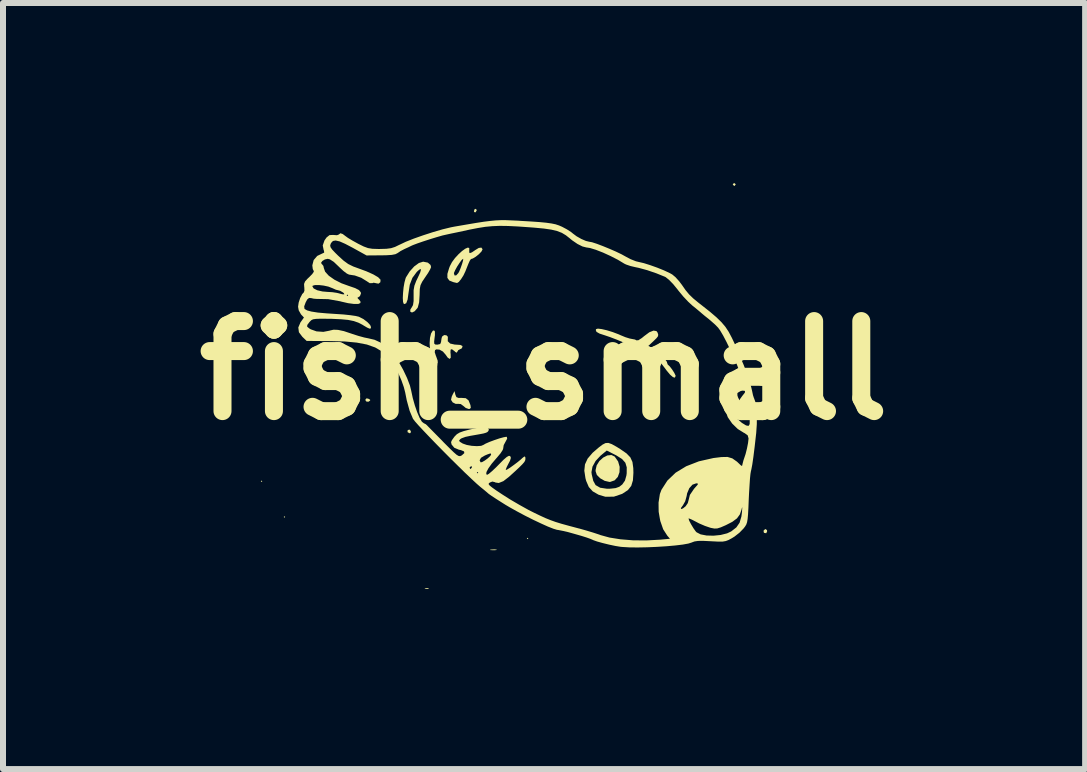
<source format=kicad_pcb>
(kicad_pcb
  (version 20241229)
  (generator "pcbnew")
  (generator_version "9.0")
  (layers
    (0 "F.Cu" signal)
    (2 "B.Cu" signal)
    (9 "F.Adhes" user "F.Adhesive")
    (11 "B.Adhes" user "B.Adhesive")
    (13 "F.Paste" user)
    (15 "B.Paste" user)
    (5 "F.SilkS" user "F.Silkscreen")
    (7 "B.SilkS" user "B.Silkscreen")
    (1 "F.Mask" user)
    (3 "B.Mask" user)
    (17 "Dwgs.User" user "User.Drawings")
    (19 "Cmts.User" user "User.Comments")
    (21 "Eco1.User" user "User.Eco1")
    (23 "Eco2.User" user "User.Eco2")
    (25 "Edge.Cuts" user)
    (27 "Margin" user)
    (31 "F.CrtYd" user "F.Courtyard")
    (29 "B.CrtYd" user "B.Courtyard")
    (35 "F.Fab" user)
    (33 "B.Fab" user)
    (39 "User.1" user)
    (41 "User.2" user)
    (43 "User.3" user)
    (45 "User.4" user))
  (footprint "fish_small"
    (layer "F.Cu")
    (at 6.014 3.121)
    (property "Reference" "fish_small" (at 0 0 0) (layer "F.SilkS") (effects (font (size 1.5 1.5) (thickness 0.3))))
    (attr board_only exclude_from_pos_files exclude_from_bom)
    (fp_poly (pts (xy -4.694 1.847) (xy -4.706 1.859) (xy -4.718 1.847) (xy -4.706 1.835)) (stroke (width 0) (type solid)) (fill yes) (layer "F.SilkS"))
    (fp_poly (pts (xy -4.313 2.442) (xy -4.325 2.454) (xy -4.337 2.442) (xy -4.325 2.43)) (stroke (width 0) (type solid)) (fill yes) (layer "F.SilkS"))
    (fp_poly (pts (xy -0.262 2.8) (xy -0.274 2.812) (xy -0.286 2.8) (xy -0.274 2.788)) (stroke (width 0) (type solid)) (fill yes) (layer "F.SilkS"))
    (fp_poly (pts (xy -1.924 3.63) (xy -1.921 3.639) (xy -1.954 3.642) (xy -1.988 3.638) (xy -1.984 3.63) (xy -1.935 3.627)) (stroke (width 0) (type solid)) (fill yes) (layer "F.SilkS"))
    (fp_poly (pts (xy -1.269 0.867) (xy -1.276 0.878) (xy -1.301 0.88) (xy -1.326 0.874) (xy -1.315 0.865) (xy -1.278 0.862)) (stroke (width 0) (type solid)) (fill yes) (layer "F.SilkS"))
    (fp_poly (pts (xy -2.931 0.47) (xy -2.898 0.488) (xy -2.897 0.503) (xy -2.928 0.523) (xy -2.964 0.517) (xy -2.978 0.491) (xy -2.961 0.467)) (stroke (width 0) (type solid)) (fill yes) (layer "F.SilkS"))
    (fp_poly (pts (xy -2.231 0.993) (xy -2.216 1.026) (xy -2.232 1.048) (xy -2.238 1.048) (xy -2.271 1.031) (xy -2.274 1.026) (xy -2.273 0.998) (xy -2.248 0.986)) (stroke (width 0) (type solid)) (fill yes) (layer "F.SilkS"))
    (fp_poly (pts (xy -1.121 -2.675) (xy -1.12 -2.67) (xy -1.137 -2.638) (xy -1.144 -2.633) (xy -1.164 -2.638) (xy -1.168 -2.655) (xy -1.155 -2.688) (xy -1.144 -2.692)) (stroke (width 0) (type solid)) (fill yes) (layer "F.SilkS"))
    (fp_poly (pts (xy -0.792 2.986) (xy -0.786 2.992) (xy -0.821 2.996) (xy -0.846 2.996) (xy -0.892 2.994) (xy -0.899 2.989) (xy -0.887 2.985) (xy -0.825 2.982)) (stroke (width 0) (type solid)) (fill yes) (layer "F.SilkS"))
    (fp_poly (pts (xy 3.192 -3.103) (xy 3.193 -3.098) (xy 3.175 -3.074) (xy 3.169 -3.074) (xy 3.146 -3.092) (xy 3.145 -3.098) (xy 3.163 -3.121) (xy 3.169 -3.121)) (stroke (width 0) (type solid)) (fill yes) (layer "F.SilkS"))
    (fp_poly (pts (xy 3.715 2.664) (xy 3.717 2.681) (xy 3.702 2.713) (xy 3.67 2.708) (xy 3.662 2.701) (xy 3.657 2.671) (xy 3.681 2.647) (xy 3.695 2.645)) (stroke (width 0) (type solid)) (fill yes) (layer "F.SilkS"))
    (fp_poly (pts (xy 1.177 1.436) (xy 1.234 1.517) (xy 1.26 1.607) (xy 1.257 1.697) (xy 1.229 1.775) (xy 1.176 1.832) (xy 1.102 1.858) (xy 1.088 1.858) (xy 1.01 1.84) (xy 0.935 1.797) (xy 0.88 1.742) (xy 0.86 1.683) (xy 0.859 1.66) (xy 0.877 1.582) (xy 0.922 1.51) (xy 0.985 1.453) (xy 1.055 1.417) (xy 1.123 1.41)) (stroke (width 0) (type solid)) (fill yes) (layer "F.SilkS"))
    (fp_poly (pts (xy -1.477 0.405) (xy -1.46 0.445) (xy -1.425 0.459) (xy -1.378 0.458) (xy -1.304 0.463) (xy -1.258 0.499) (xy -1.228 0.573) (xy -1.226 0.578) (xy -1.22 0.625) (xy -1.239 0.642) (xy -1.255 0.643) (xy -1.304 0.626) (xy -1.342 0.594) (xy -1.387 0.561) (xy -1.421 0.558) (xy -1.472 0.558) (xy -1.522 0.533) (xy -1.548 0.493) (xy -1.549 0.486) (xy -1.538 0.437) (xy -1.52 0.398) (xy -1.492 0.345)) (stroke (width 0) (type solid)) (fill yes) (layer "F.SilkS"))
    (fp_poly (pts (xy -1.937 -1.796) (xy -1.891 -1.757) (xy -1.882 -1.721) (xy -1.896 -1.686) (xy -1.93 -1.626) (xy -1.978 -1.555) (xy -2.029 -1.479) (xy -2.058 -1.42) (xy -2.07 -1.357) (xy -2.073 -1.269) (xy -2.073 -1.258) (xy -2.081 -1.133) (xy -2.103 -1.05) (xy -2.11 -1.038) (xy -2.156 -0.985) (xy -2.2 -0.964) (xy -2.229 -0.979) (xy -2.227 -1.014) (xy -2.206 -1.047) (xy -2.183 -1.088) (xy -2.173 -1.155) (xy -2.173 -1.242) (xy -2.173 -1.335) (xy -2.16 -1.41) (xy -2.13 -1.489) (xy -2.104 -1.543) (xy -2.064 -1.629) (xy -2.05 -1.678) (xy -2.063 -1.689) (xy -2.1 -1.66) (xy -2.122 -1.638) (xy -2.193 -1.542) (xy -2.237 -1.428) (xy -2.258 -1.288) (xy -2.273 -1.18) (xy -2.296 -1.119) (xy -2.327 -1.105) (xy -2.338 -1.11) (xy -2.349 -1.141) (xy -2.353 -1.205) (xy -2.349 -1.29) (xy -2.34 -1.382) (xy -2.325 -1.467) (xy -2.307 -1.533) (xy -2.301 -1.549) (xy -2.238 -1.649) (xy -2.163 -1.732) (xy -2.085 -1.789) (xy -2.015 -1.811) (xy -2.013 -1.811)) (stroke (width 0) (type solid)) (fill yes) (layer "F.SilkS"))
    (fp_poly (pts (xy 1.13 1.229) (xy 1.209 1.273) (xy 1.273 1.313) (xy 1.374 1.383) (xy 1.438 1.449) (xy 1.473 1.526) (xy 1.487 1.628) (xy 1.489 1.706) (xy 1.481 1.832) (xy 1.453 1.924) (xy 1.398 1.994) (xy 1.31 2.052) (xy 1.299 2.058) (xy 1.163 2.104) (xy 1.021 2.105) (xy 0.908 2.071) (xy 0.811 2.015) (xy 0.746 1.943) (xy 0.702 1.841) (xy 0.69 1.796) (xy 0.675 1.696) (xy 0.79 1.696) (xy 0.795 1.735) (xy 0.808 1.789) (xy 0.82 1.84) (xy 0.859 1.911) (xy 0.935 1.955) (xy 1.049 1.972) (xy 1.103 1.971) (xy 1.193 1.961) (xy 1.254 1.939) (xy 1.303 1.901) (xy 1.348 1.837) (xy 1.372 1.752) (xy 1.377 1.716) (xy 1.378 1.615) (xy 1.355 1.539) (xy 1.3 1.477) (xy 1.207 1.418) (xy 1.186 1.407) (xy 1.045 1.335) (xy 0.939 1.423) (xy 0.859 1.509) (xy 0.807 1.604) (xy 0.79 1.696) (xy 0.675 1.696) (xy 0.671 1.672) (xy 0.682 1.566) (xy 0.727 1.469) (xy 0.81 1.372) (xy 0.912 1.284) (xy 0.974 1.237) (xy 1.024 1.211) (xy 1.072 1.208)) (stroke (width 0) (type solid)) (fill yes) (layer "F.SilkS"))
    (fp_poly (pts (xy -1.818 -0.648) (xy -1.818 -0.587) (xy -1.823 -0.548) (xy -1.831 -0.478) (xy -1.828 -0.443) (xy -1.808 -0.43) (xy -1.777 -0.429) (xy -1.73 -0.439) (xy -1.715 -0.475) (xy -1.715 -0.483) (xy -1.706 -0.541) (xy -1.694 -0.569) (xy -1.662 -0.589) (xy -1.625 -0.584) (xy -1.602 -0.56) (xy -1.603 -0.542) (xy -1.604 -0.486) (xy -1.563 -0.447) (xy -1.487 -0.43) (xy -1.465 -0.429) (xy -1.394 -0.424) (xy -1.362 -0.408) (xy -1.358 -0.393) (xy -1.376 -0.362) (xy -1.391 -0.357) (xy -1.428 -0.338) (xy -1.439 -0.32) (xy -1.454 -0.295) (xy -1.477 -0.306) (xy -1.491 -0.32) (xy -1.535 -0.353) (xy -1.557 -0.345) (xy -1.559 -0.293) (xy -1.556 -0.274) (xy -1.554 -0.212) (xy -1.572 -0.191) (xy -1.605 -0.213) (xy -1.639 -0.261) (xy -1.685 -0.314) (xy -1.742 -0.346) (xy -1.794 -0.35) (xy -1.816 -0.338) (xy -1.821 -0.303) (xy -1.801 -0.241) (xy -1.796 -0.23) (xy -1.771 -0.159) (xy -1.773 -0.119) (xy -1.796 -0.116) (xy -1.833 -0.154) (xy -1.854 -0.188) (xy -1.884 -0.263) (xy -1.901 -0.355) (xy -1.906 -0.452) (xy -1.9 -0.542) (xy -1.882 -0.615) (xy -1.855 -0.659) (xy -1.833 -0.667)) (stroke (width 0) (type solid)) (fill yes) (layer "F.SilkS"))
    (fp_poly (pts (xy -1.025 -2.02) (xy -1.025 -2.015) (xy -1.042 -1.981) (xy -1.085 -1.936) (xy -1.139 -1.893) (xy -1.187 -1.864) (xy -1.206 -1.859) (xy -1.22 -1.852) (xy -1.237 -1.828) (xy -1.26 -1.777) (xy -1.294 -1.692) (xy -1.311 -1.649) (xy -1.343 -1.582) (xy -1.383 -1.519) (xy -1.421 -1.473) (xy -1.449 -1.456) (xy -1.449 -1.456) (xy -1.484 -1.464) (xy -1.513 -1.471) (xy -1.578 -1.497) (xy -1.61 -1.541) (xy -1.61 -1.608) (xy -1.608 -1.615) (xy -1.501 -1.615) (xy -1.49 -1.581) (xy -1.462 -1.584) (xy -1.429 -1.62) (xy -1.414 -1.646) (xy -1.389 -1.707) (xy -1.366 -1.772) (xy -1.35 -1.827) (xy -1.346 -1.857) (xy -1.348 -1.859) (xy -1.372 -1.84) (xy -1.407 -1.792) (xy -1.447 -1.731) (xy -1.48 -1.671) (xy -1.5 -1.625) (xy -1.501 -1.615) (xy -1.608 -1.615) (xy -1.581 -1.705) (xy -1.569 -1.736) (xy -1.534 -1.803) (xy -1.484 -1.871) (xy -1.426 -1.934) (xy -1.367 -1.988) (xy -1.313 -2.027) (xy -1.27 -2.046) (xy -1.246 -2.039) (xy -1.246 -2.002) (xy -1.246 -1.964) (xy -1.235 -1.954) (xy -1.201 -1.967) (xy -1.152 -2) (xy -1.15 -2.002) (xy -1.088 -2.04) (xy -1.044 -2.046)) (stroke (width 0) (type solid)) (fill yes) (layer "F.SilkS"))
    (fp_poly (pts (xy 0.962 -0.688) (xy 1.048 -0.668) (xy 1.145 -0.638) (xy 1.243 -0.601) (xy 1.276 -0.586) (xy 1.356 -0.553) (xy 1.427 -0.531) (xy 1.463 -0.524) (xy 1.516 -0.514) (xy 1.539 -0.501) (xy 1.571 -0.502) (xy 1.629 -0.539) (xy 1.668 -0.571) (xy 1.754 -0.635) (xy 1.824 -0.663) (xy 1.873 -0.655) (xy 1.892 -0.629) (xy 1.902 -0.597) (xy 1.899 -0.57) (xy 1.876 -0.539) (xy 1.826 -0.49) (xy 1.805 -0.47) (xy 1.704 -0.376) (xy 1.826 -0.392) (xy 1.911 -0.399) (xy 1.96 -0.384) (xy 1.984 -0.339) (xy 1.994 -0.262) (xy 2.004 -0.205) (xy 2.022 -0.173) (xy 2.024 -0.171) (xy 2.047 -0.143) (xy 2.049 -0.131) (xy 2.061 -0.097) (xy 2.068 -0.091) (xy 2.096 -0.065) (xy 2.134 -0.015) (xy 2.17 0.041) (xy 2.191 0.085) (xy 2.192 0.093) (xy 2.18 0.121) (xy 2.147 0.112) (xy 2.099 0.07) (xy 2.039 -0.002) (xy 2.024 -0.023) (xy 1.943 -0.129) (xy 1.871 -0.198) (xy 1.798 -0.236) (xy 1.715 -0.25) (xy 1.692 -0.25) (xy 1.624 -0.254) (xy 1.592 -0.267) (xy 1.584 -0.295) (xy 1.584 -0.295) (xy 1.567 -0.343) (xy 1.549 -0.36) (xy 1.455 -0.407) (xy 1.338 -0.459) (xy 1.215 -0.511) (xy 1.102 -0.554) (xy 1.02 -0.582) (xy 0.925 -0.613) (xy 0.874 -0.642) (xy 0.862 -0.673) (xy 0.868 -0.688) (xy 0.898 -0.696)) (stroke (width 0) (type solid)) (fill yes) (layer "F.SilkS"))
    (fp_poly (pts (xy -0.636 -2.503) (xy -0.541 -2.499) (xy -0.429 -2.494) (xy -0.405 -2.492) (xy -0.219 -2.481) (xy -0.074 -2.471) (xy 0.038 -2.46) (xy 0.124 -2.448) (xy 0.192 -2.434) (xy 0.249 -2.415) (xy 0.3 -2.393) (xy 0.381 -2.35) (xy 0.452 -2.304) (xy 0.48 -2.281) (xy 0.543 -2.234) (xy 0.621 -2.19) (xy 0.697 -2.157) (xy 0.751 -2.144) (xy 0.8 -2.135) (xy 0.88 -2.109) (xy 0.98 -2.071) (xy 1.09 -2.026) (xy 1.198 -1.979) (xy 1.292 -1.934) (xy 1.355 -1.899) (xy 1.442 -1.853) (xy 1.53 -1.818) (xy 1.585 -1.805) (xy 1.662 -1.787) (xy 1.767 -1.754) (xy 1.885 -1.712) (xy 1.999 -1.666) (xy 2.095 -1.621) (xy 2.136 -1.598) (xy 2.19 -1.553) (xy 2.252 -1.484) (xy 2.296 -1.426) (xy 2.358 -1.337) (xy 2.417 -1.266) (xy 2.486 -1.199) (xy 2.576 -1.125) (xy 2.621 -1.09) (xy 2.763 -0.978) (xy 2.872 -0.885) (xy 2.956 -0.803) (xy 3.022 -0.725) (xy 3.076 -0.643) (xy 3.126 -0.549) (xy 3.13 -0.541) (xy 3.17 -0.457) (xy 3.2 -0.391) (xy 3.216 -0.354) (xy 3.217 -0.349) (xy 3.226 -0.321) (xy 3.25 -0.265) (xy 3.275 -0.209) (xy 3.327 -0.089) (xy 3.378 0.046) (xy 3.423 0.178) (xy 3.455 0.292) (xy 3.467 0.345) (xy 3.481 0.412) (xy 3.496 0.458) (xy 3.499 0.464) (xy 3.522 0.528) (xy 3.538 0.627) (xy 3.546 0.754) (xy 3.545 0.896) (xy 3.535 1.043) (xy 3.533 1.06) (xy 3.509 1.273) (xy 3.488 1.441) (xy 3.47 1.566) (xy 3.454 1.65) (xy 3.446 1.684) (xy 3.439 1.725) (xy 3.431 1.804) (xy 3.424 1.912) (xy 3.416 2.041) (xy 3.411 2.142) (xy 3.405 2.289) (xy 3.399 2.397) (xy 3.392 2.474) (xy 3.383 2.528) (xy 3.37 2.567) (xy 3.351 2.599) (xy 3.326 2.632) (xy 3.321 2.637) (xy 3.256 2.704) (xy 3.173 2.769) (xy 3.131 2.795) (xy 3.076 2.825) (xy 3.029 2.843) (xy 2.978 2.852) (xy 2.909 2.853) (xy 2.81 2.848) (xy 2.771 2.846) (xy 2.65 2.84) (xy 2.566 2.841) (xy 2.507 2.85) (xy 2.463 2.866) (xy 2.462 2.867) (xy 2.405 2.885) (xy 2.311 2.902) (xy 2.186 2.917) (xy 2.04 2.93) (xy 1.882 2.94) (xy 1.722 2.947) (xy 1.567 2.95) (xy 1.426 2.949) (xy 1.31 2.942) (xy 1.275 2.939) (xy 1.189 2.925) (xy 1.085 2.903) (xy 0.979 2.877) (xy 0.885 2.851) (xy 0.82 2.828) (xy 0.81 2.823) (xy 0.77 2.806) (xy 0.711 2.785) (xy 0.626 2.758) (xy 0.507 2.724) (xy 0.393 2.692) (xy 0.323 2.676) (xy 0.237 2.659) (xy 0.215 2.656) (xy 0.156 2.638) (xy 0.064 2.602) (xy -0.051 2.55) (xy -0.182 2.488) (xy -0.319 2.419) (xy -0.454 2.347) (xy -0.572 2.281) (xy -0.643 2.239) (xy -0.724 2.188) (xy -0.804 2.137) (xy -0.872 2.092) (xy -0.918 2.06) (xy -0.929 2.051) (xy -0.953 2.03) (xy -1.002 1.989) (xy -1.06 1.942) (xy -1.12 1.89) (xy -1.203 1.813) (xy -1.305 1.716) (xy -1.318 1.704) (xy -1.12 1.704) (xy -1.108 1.716) (xy -1.096 1.704) (xy -1.108 1.692) (xy -1.12 1.704) (xy -1.318 1.704) (xy -1.403 1.62) (xy -1.239 1.62) (xy -1.231 1.643) (xy -1.229 1.644) (xy -1.208 1.627) (xy -1.203 1.62) (xy -1.205 1.598) (xy -1.214 1.596) (xy -1.238 1.614) (xy -1.239 1.62) (xy -1.403 1.62) (xy -1.419 1.605) (xy -1.527 1.498) (xy -1.073 1.498) (xy -1.057 1.532) (xy -1.032 1.528) (xy -0.987 1.502) (xy -0.937 1.465) (xy -0.897 1.428) (xy -0.882 1.403) (xy -0.884 1.387) (xy -0.9 1.385) (xy -0.941 1.399) (xy -0.986 1.418) (xy -1.05 1.456) (xy -1.073 1.498) (xy -1.527 1.498) (xy -1.542 1.484) (xy -1.667 1.358) (xy -1.789 1.234) (xy -1.904 1.115) (xy -2.006 1.008) (xy -2.09 0.918) (xy -2.15 0.85) (xy -2.182 0.808) (xy -2.184 0.805) (xy -2.239 0.674) (xy -2.287 0.5) (xy -2.313 0.369) (xy -2.336 0.279) (xy -2.375 0.168) (xy -2.423 0.058) (xy -2.433 0.037) (xy -2.514 -0.107) (xy -2.6 -0.223) (xy -2.698 -0.314) (xy -2.813 -0.382) (xy -2.952 -0.431) (xy -3.12 -0.463) (xy -3.322 -0.482) (xy -3.566 -0.488) (xy -3.568 -0.488) (xy -3.955 -0.491) (xy -4.027 -0.56) (xy -4.084 -0.636) (xy -4.094 -0.715) (xy -4.058 -0.8) (xy -4.049 -0.812) (xy -4 -0.881) (xy -4.049 -0.933) (xy -4.087 -1) (xy -4.098 -1.061) (xy -4.097 -1.067) (xy -3.996 -1.067) (xy -3.991 -1.027) (xy -3.987 -1.022) (xy -3.946 -0.999) (xy -3.875 -0.98) (xy -3.767 -0.963) (xy -3.618 -0.95) (xy -3.467 -0.94) (xy -3.343 -0.932) (xy -3.23 -0.92) (xy -3.14 -0.907) (xy -3.085 -0.894) (xy -3.083 -0.893) (xy -3.009 -0.855) (xy -2.943 -0.805) (xy -2.897 -0.756) (xy -2.883 -0.722) (xy -2.887 -0.699) (xy -2.906 -0.695) (xy -2.947 -0.713) (xy -3.02 -0.756) (xy -3.023 -0.759) (xy -3.093 -0.795) (xy -3.17 -0.822) (xy -3.264 -0.841) (xy -3.383 -0.852) (xy -3.537 -0.859) (xy -3.616 -0.86) (xy -3.727 -0.861) (xy -3.801 -0.858) (xy -3.848 -0.851) (xy -3.878 -0.836) (xy -3.902 -0.812) (xy -3.907 -0.807) (xy -3.944 -0.758) (xy -3.947 -0.729) (xy -3.914 -0.701) (xy -3.886 -0.684) (xy -3.79 -0.65) (xy -3.677 -0.642) (xy -3.572 -0.662) (xy -3.568 -0.664) (xy -3.507 -0.678) (xy -3.432 -0.675) (xy -3.334 -0.654) (xy -3.205 -0.611) (xy -3.193 -0.607) (xy -3.094 -0.575) (xy -2.995 -0.548) (xy -2.931 -0.535) (xy -2.824 -0.51) (xy -2.73 -0.467) (xy -2.634 -0.398) (xy -2.572 -0.341) (xy -2.499 -0.258) (xy -2.422 -0.143) (xy -2.347 -0.01) (xy -2.282 0.127) (xy -2.234 0.253) (xy -2.214 0.334) (xy -2.187 0.461) (xy -2.152 0.585) (xy -2.113 0.698) (xy -2.073 0.791) (xy -2.035 0.855) (xy -2.002 0.881) (xy -1.999 0.882) (xy -1.97 0.897) (xy -1.95 0.915) (xy -1.922 0.944) (xy -1.868 0.999) (xy -1.794 1.074) (xy -1.707 1.162) (xy -1.671 1.2) (xy -1.575 1.296) (xy -1.506 1.363) (xy -1.458 1.405) (xy -1.425 1.425) (xy -1.401 1.429) (xy -1.379 1.421) (xy -1.367 1.413) (xy -1.328 1.378) (xy -1.333 1.35) (xy -1.385 1.328) (xy -1.419 1.321) (xy -1.495 1.289) (xy -1.54 1.235) (xy -1.549 1.195) (xy -1.535 1.163) (xy -1.499 1.113) (xy -1.489 1.1) (xy -1.452 1.063) (xy -1.405 1.035) (xy -1.337 1.011) (xy -1.235 0.984) (xy -1.202 0.977) (xy -1.091 0.953) (xy -1.016 0.941) (xy -0.97 0.942) (xy -0.942 0.953) (xy -0.94 0.954) (xy -0.918 0.989) (xy -0.93 1.013) (xy -0.945 1.028) (xy -0.968 1.039) (xy -1.009 1.051) (xy -1.077 1.064) (xy -1.179 1.082) (xy -1.231 1.091) (xy -1.31 1.108) (xy -1.373 1.131) (xy -1.394 1.144) (xy -1.415 1.167) (xy -1.405 1.188) (xy -1.359 1.216) (xy -1.354 1.219) (xy -1.288 1.242) (xy -1.204 1.257) (xy -1.118 1.262) (xy -1.048 1.257) (xy -1.011 1.242) (xy -0.973 1.22) (xy -0.907 1.191) (xy -0.826 1.161) (xy -0.743 1.133) (xy -0.673 1.114) (xy -0.628 1.106) (xy -0.62 1.108) (xy -0.614 1.137) (xy -0.643 1.191) (xy -0.672 1.245) (xy -0.679 1.289) (xy -0.678 1.292) (xy -0.688 1.325) (xy -0.725 1.382) (xy -0.786 1.455) (xy -0.797 1.467) (xy -0.872 1.555) (xy -0.927 1.632) (xy -0.959 1.693) (xy -0.963 1.73) (xy -0.946 1.739) (xy -0.919 1.723) (xy -0.867 1.679) (xy -0.8 1.616) (xy -0.755 1.57) (xy -0.675 1.489) (xy -0.62 1.442) (xy -0.584 1.423) (xy -0.564 1.428) (xy -0.552 1.457) (xy -0.567 1.505) (xy -0.592 1.552) (xy -0.622 1.611) (xy -0.637 1.651) (xy -0.636 1.659) (xy -0.614 1.651) (xy -0.566 1.621) (xy -0.505 1.577) (xy -0.44 1.528) (xy -0.384 1.482) (xy -0.362 1.461) (xy -0.326 1.433) (xy -0.312 1.445) (xy -0.31 1.476) (xy -0.314 1.499) (xy -0.328 1.526) (xy -0.359 1.562) (xy -0.411 1.614) (xy -0.489 1.687) (xy -0.584 1.773) (xy -0.677 1.845) (xy -0.754 1.876) (xy -0.81 1.868) (xy -0.816 1.863) (xy -0.861 1.852) (xy -0.9 1.867) (xy -0.919 1.88) (xy -0.923 1.896) (xy -0.906 1.918) (xy -0.864 1.952) (xy -0.792 2.003) (xy -0.697 2.066) (xy -0.565 2.15) (xy -0.411 2.24) (xy -0.26 2.324) (xy -0.167 2.371) (xy -0.063 2.421) (xy 0.024 2.461) (xy 0.106 2.494) (xy 0.192 2.525) (xy 0.293 2.556) (xy 0.42 2.591) (xy 0.582 2.634) (xy 0.584 2.634) (xy 0.701 2.667) (xy 0.82 2.703) (xy 0.921 2.736) (xy 0.941 2.744) (xy 1.09 2.785) (xy 1.273 2.814) (xy 1.481 2.831) (xy 1.702 2.833) (xy 1.925 2.821) (xy 1.937 2.82) (xy 2.098 2.805) (xy 2.054 2.754) (xy 1.985 2.647) (xy 1.937 2.509) (xy 1.929 2.467) (xy 2.407 2.467) (xy 2.419 2.505) (xy 2.45 2.564) (xy 2.489 2.629) (xy 2.526 2.681) (xy 2.541 2.697) (xy 2.609 2.732) (xy 2.708 2.751) (xy 2.824 2.754) (xy 2.942 2.742) (xy 3.05 2.715) (xy 3.118 2.683) (xy 3.204 2.616) (xy 3.258 2.538) (xy 3.288 2.436) (xy 3.297 2.369) (xy 3.302 2.301) (xy 3.302 2.278) (xy 3.295 2.299) (xy 3.291 2.317) (xy 3.263 2.399) (xy 3.215 2.465) (xy 3.137 2.523) (xy 3.028 2.579) (xy 2.945 2.615) (xy 2.887 2.633) (xy 2.838 2.635) (xy 2.78 2.624) (xy 2.766 2.62) (xy 2.681 2.591) (xy 2.583 2.549) (xy 2.532 2.522) (xy 2.466 2.488) (xy 2.421 2.469) (xy 2.407 2.467) (xy 1.929 2.467) (xy 1.91 2.356) (xy 1.909 2.294) (xy 2.28 2.294) (xy 2.284 2.31) (xy 2.314 2.3) (xy 2.359 2.264) (xy 2.395 2.211) (xy 2.407 2.167) (xy 2.43 2.075) (xy 2.499 1.973) (xy 2.521 1.948) (xy 2.559 1.905) (xy 2.565 1.887) (xy 2.541 1.882) (xy 2.534 1.882) (xy 2.473 1.904) (xy 2.42 1.963) (xy 2.384 2.048) (xy 2.376 2.093) (xy 2.352 2.181) (xy 2.312 2.251) (xy 2.309 2.254) (xy 2.28 2.294) (xy 1.909 2.294) (xy 1.908 2.202) (xy 1.93 2.06) (xy 1.956 1.99) (xy 2.055 1.836) (xy 2.193 1.704) (xy 2.369 1.597) (xy 2.58 1.515) (xy 2.823 1.46) (xy 2.955 1.444) (xy 3.057 1.442) (xy 3.137 1.466) (xy 3.215 1.521) (xy 3.255 1.559) (xy 3.288 1.59) (xy 3.301 1.587) (xy 3.307 1.559) (xy 3.323 1.497) (xy 3.334 1.465) (xy 3.358 1.393) (xy 3.381 1.301) (xy 3.399 1.209) (xy 3.407 1.139) (xy 3.407 1.132) (xy 3.393 1.082) (xy 3.343 1.046) (xy 3.33 1.04) (xy 3.227 0.976) (xy 3.134 0.885) (xy 3.062 0.781) (xy 3.029 0.692) (xy 3.021 0.578) (xy 3.141 0.578) (xy 3.16 0.704) (xy 3.22 0.808) (xy 3.296 0.874) (xy 3.366 0.917) (xy 3.407 0.925) (xy 3.426 0.895) (xy 3.427 0.824) (xy 3.426 0.816) (xy 3.419 0.746) (xy 3.404 0.711) (xy 3.373 0.697) (xy 3.36 0.695) (xy 3.285 0.671) (xy 3.248 0.621) (xy 3.241 0.564) (xy 3.263 0.481) (xy 3.304 0.424) (xy 3.346 0.371) (xy 3.348 0.342) (xy 3.309 0.337) (xy 3.278 0.343) (xy 3.207 0.384) (xy 3.16 0.462) (xy 3.142 0.572) (xy 3.141 0.578) (xy 3.021 0.578) (xy 3.02 0.563) (xy 3.046 0.437) (xy 3.102 0.328) (xy 3.183 0.246) (xy 3.236 0.216) (xy 3.283 0.191) (xy 3.296 0.159) (xy 3.287 0.111) (xy 3.26 0.026) (xy 3.218 -0.085) (xy 3.164 -0.212) (xy 3.103 -0.343) (xy 3.042 -0.47) (xy 2.984 -0.581) (xy 2.933 -0.667) (xy 2.9 -0.712) (xy 2.849 -0.764) (xy 2.779 -0.826) (xy 2.741 -0.858) (xy 2.678 -0.908) (xy 2.629 -0.949) (xy 2.611 -0.965) (xy 2.579 -0.992) (xy 2.524 -1.038) (xy 2.47 -1.081) (xy 2.401 -1.145) (xy 2.32 -1.231) (xy 2.242 -1.325) (xy 2.223 -1.35) (xy 2.152 -1.437) (xy 2.083 -1.508) (xy 2.027 -1.553) (xy 2.016 -1.559) (xy 1.87 -1.618) (xy 1.718 -1.67) (xy 1.578 -1.708) (xy 1.525 -1.719) (xy 1.44 -1.739) (xy 1.367 -1.764) (xy 1.338 -1.778) (xy 1.23 -1.843) (xy 1.107 -1.906) (xy 0.982 -1.963) (xy 0.864 -2.009) (xy 0.766 -2.039) (xy 0.702 -2.049) (xy 0.64 -2.065) (xy 0.558 -2.106) (xy 0.47 -2.166) (xy 0.43 -2.199) (xy 0.364 -2.251) (xy 0.296 -2.292) (xy 0.218 -2.322) (xy 0.122 -2.345) (xy -0.001 -2.363) (xy -0.16 -2.378) (xy -0.238 -2.384) (xy -0.438 -2.398) (xy -0.601 -2.406) (xy -0.738 -2.408) (xy -0.86 -2.403) (xy -0.978 -2.392) (xy -1.102 -2.372) (xy -1.242 -2.345) (xy -1.346 -2.322) (xy -1.449 -2.3) (xy -1.551 -2.279) (xy -1.62 -2.264) (xy -1.691 -2.248) (xy -1.788 -2.22) (xy -1.899 -2.186) (xy -2.01 -2.15) (xy -2.109 -2.116) (xy -2.183 -2.088) (xy -2.208 -2.077) (xy -2.261 -2.051) (xy -2.323 -2.023) (xy -2.389 -1.989) (xy -2.439 -1.955) (xy -2.476 -1.936) (xy -2.538 -1.924) (xy -2.634 -1.918) (xy -2.72 -1.917) (xy -2.957 -1.915) (xy -3.186 -2.042) (xy -3.312 -2.108) (xy -3.405 -2.149) (xy -3.472 -2.164) (xy -3.517 -2.156) (xy -3.546 -2.125) (xy -3.553 -2.112) (xy -3.563 -2.082) (xy -3.557 -2.052) (xy -3.53 -2.013) (xy -3.477 -1.957) (xy -3.428 -1.909) (xy -3.339 -1.828) (xy -3.262 -1.772) (xy -3.178 -1.731) (xy -3.107 -1.705) (xy -2.96 -1.651) (xy -2.844 -1.599) (xy -2.764 -1.552) (xy -2.725 -1.512) (xy -2.724 -1.51) (xy -2.727 -1.469) (xy -2.758 -1.445) (xy -2.797 -1.452) (xy -2.8 -1.453) (xy -2.84 -1.461) (xy -2.859 -1.454) (xy -2.903 -1.453) (xy -2.96 -1.49) (xy -3.046 -1.543) (xy -3.152 -1.581) (xy -3.249 -1.596) (xy -3.285 -1.613) (xy -3.342 -1.656) (xy -3.408 -1.717) (xy -3.418 -1.727) (xy -3.503 -1.808) (xy -3.568 -1.85) (xy -3.604 -1.859) (xy -3.652 -1.848) (xy -3.693 -1.823) (xy -3.714 -1.794) (xy -3.705 -1.772) (xy -3.699 -1.769) (xy -3.676 -1.74) (xy -3.669 -1.706) (xy -3.647 -1.644) (xy -3.586 -1.577) (xy -3.492 -1.511) (xy -3.374 -1.451) (xy -3.252 -1.407) (xy -3.147 -1.371) (xy -3.083 -1.338) (xy -3.054 -1.302) (xy -3.05 -1.282) (xy -3.067 -1.238) (xy -3.086 -1.224) (xy -3.11 -1.209) (xy -3.093 -1.188) (xy -3.083 -1.18) (xy -3.057 -1.145) (xy -3.06 -1.122) (xy -3.095 -1.107) (xy -3.167 -1.107) (xy -3.265 -1.12) (xy -3.382 -1.147) (xy -3.395 -1.151) (xy -3.596 -1.187) (xy -3.789 -1.191) (xy -3.84 -1.195) (xy -3.877 -1.204) (xy -3.915 -1.207) (xy -3.945 -1.182) (xy -3.971 -1.134) (xy -3.996 -1.067) (xy -4.097 -1.067) (xy -4.088 -1.13) (xy -4.063 -1.206) (xy -4.039 -1.251) (xy -3.288 -1.251) (xy -3.276 -1.239) (xy -3.264 -1.251) (xy -3.276 -1.263) (xy -3.288 -1.251) (xy -4.039 -1.251) (xy -4.03 -1.27) (xy -4.003 -1.299) (xy -3.992 -1.328) (xy -3.994 -1.384) (xy -3.995 -1.389) (xy -3.996 -1.401) (xy -3.86 -1.401) (xy -3.838 -1.365) (xy -3.778 -1.335) (xy -3.692 -1.315) (xy -3.611 -1.308) (xy -3.527 -1.303) (xy -3.454 -1.292) (xy -3.431 -1.287) (xy -3.36 -1.268) (xy -3.327 -1.267) (xy -3.335 -1.286) (xy -3.349 -1.298) (xy -3.397 -1.326) (xy -3.426 -1.334) (xy -3.468 -1.344) (xy -3.526 -1.37) (xy -3.529 -1.371) (xy -3.593 -1.396) (xy -3.671 -1.413) (xy -3.749 -1.422) (xy -3.815 -1.422) (xy -3.854 -1.411) (xy -3.86 -1.401) (xy -3.996 -1.401) (xy -3.998 -1.44) (xy -3.982 -1.481) (xy -3.939 -1.529) (xy -3.911 -1.555) (xy -3.862 -1.605) (xy -3.836 -1.643) (xy -3.837 -1.657) (xy -3.853 -1.688) (xy -3.86 -1.745) (xy -3.86 -1.752) (xy -3.838 -1.838) (xy -3.779 -1.907) (xy -3.7 -1.945) (xy -3.663 -1.962) (xy -3.666 -1.993) (xy -3.672 -2.006) (xy -3.687 -2.082) (xy -3.658 -2.165) (xy -3.623 -2.215) (xy -3.574 -2.254) (xy -3.514 -2.257) (xy -3.504 -2.256) (xy -3.45 -2.252) (xy -3.419 -2.264) (xy -3.393 -2.285) (xy -3.354 -2.272) (xy -3.313 -2.241) (xy -3.266 -2.207) (xy -3.191 -2.162) (xy -3.104 -2.114) (xy -3.093 -2.108) (xy -3.004 -2.064) (xy -2.933 -2.038) (xy -2.861 -2.026) (xy -2.768 -2.023) (xy -2.732 -2.023) (xy -2.626 -2.026) (xy -2.549 -2.036) (xy -2.483 -2.057) (xy -2.409 -2.093) (xy -2.406 -2.094) (xy -2.305 -2.142) (xy -2.169 -2.196) (xy -2.013 -2.251) (xy -1.849 -2.304) (xy -1.691 -2.35) (xy -1.551 -2.384) (xy -1.489 -2.396) (xy -1.291 -2.43) (xy -1.131 -2.457) (xy -1.003 -2.477) (xy -0.897 -2.49) (xy -0.806 -2.499) (xy -0.722 -2.503)) (stroke (width 0) (type solid)) (fill yes) (layer "F.SilkS")))
  (gr_rect
    (start -3 -3)
    (end 15.029 9.763)
    (stroke (width 0.1) (type default))
    (fill no)
    (layer "Edge.Cuts")))
</source>
